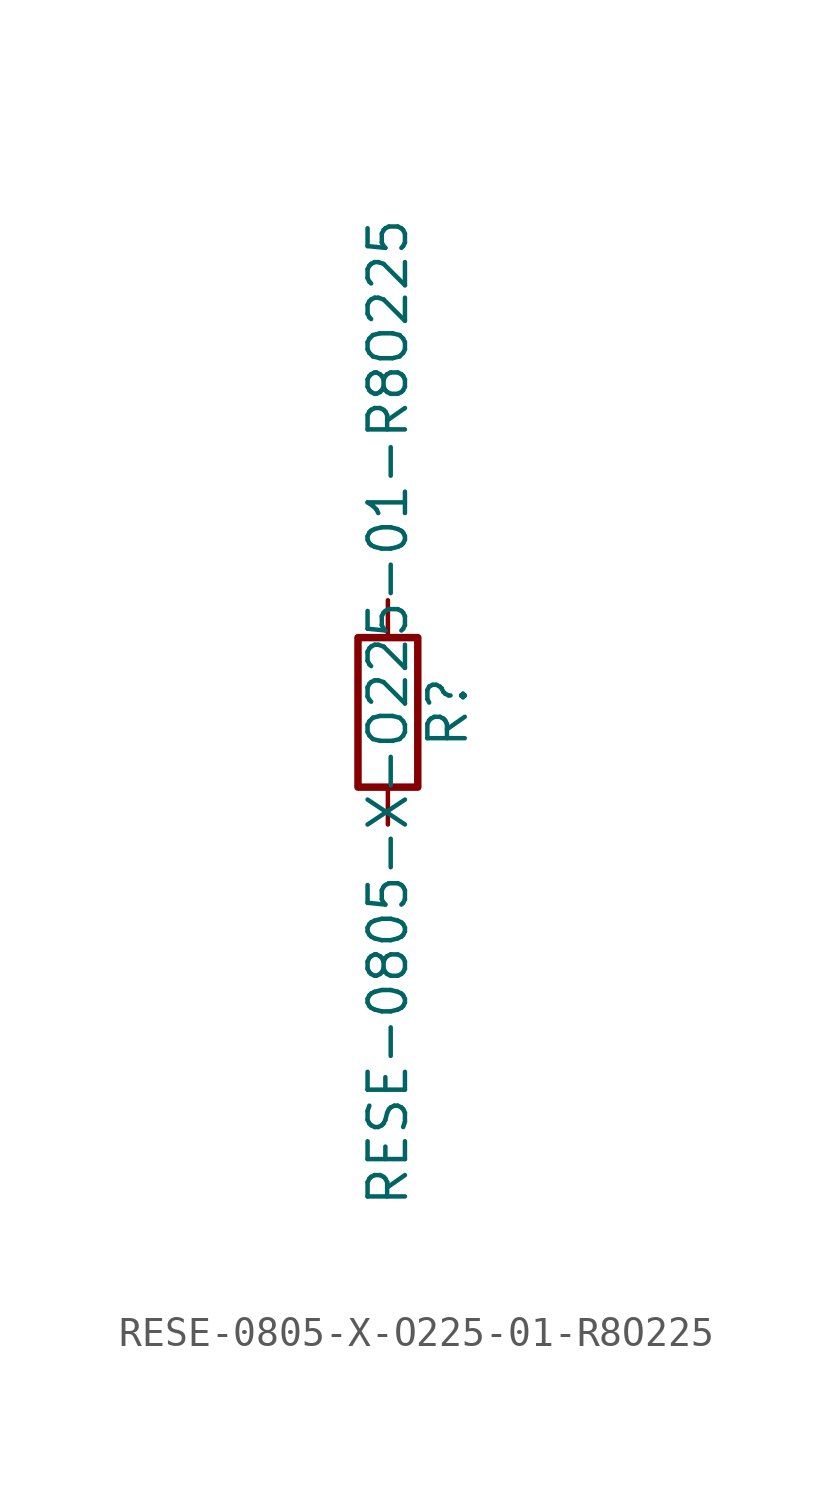
<source format=kicad_sym>
(kicad_symbol_lib
  (version 20211014)
  (generator kicad_symbol_editor)
  (symbol "RESE-0805-X-O225-01-R8O225"
    (pin_numbers hide)
    (pin_names
      (offset 0))
    (property "Reference" "R"
      (at 2.032 0 90)
      (effects (font (size 1.27 1.27))))
    (property "Value" "RESE-0805-X-O225-01-R8O225"
      (at 0 0 90)
      (effects (font (size 1.27 1.27))))
    (symbol "RESE-0805-X-O225-01-R8O225_0_1"
      (rectangle (start -1.016 -2.54) (end 1.016 2.54) (stroke (width 0.254) (type default) (color 0 0 0 0)) (fill (type none))))
    (symbol "RESE-0805-X-O225-01-R8O225_1_1"
      (pin passive line (at 0 3.81 270) (length 1.27) (name "~" (effects (font (size 1.27 1.27)))) (number "1" (effects (font (size 1.27 1.27)))))
      (pin passive line (at 0 -3.81 90) (length 1.27) (name "~" (effects (font (size 1.27 1.27)))) (number "2" (effects (font (size 1.27 1.27))))))))
</source>
